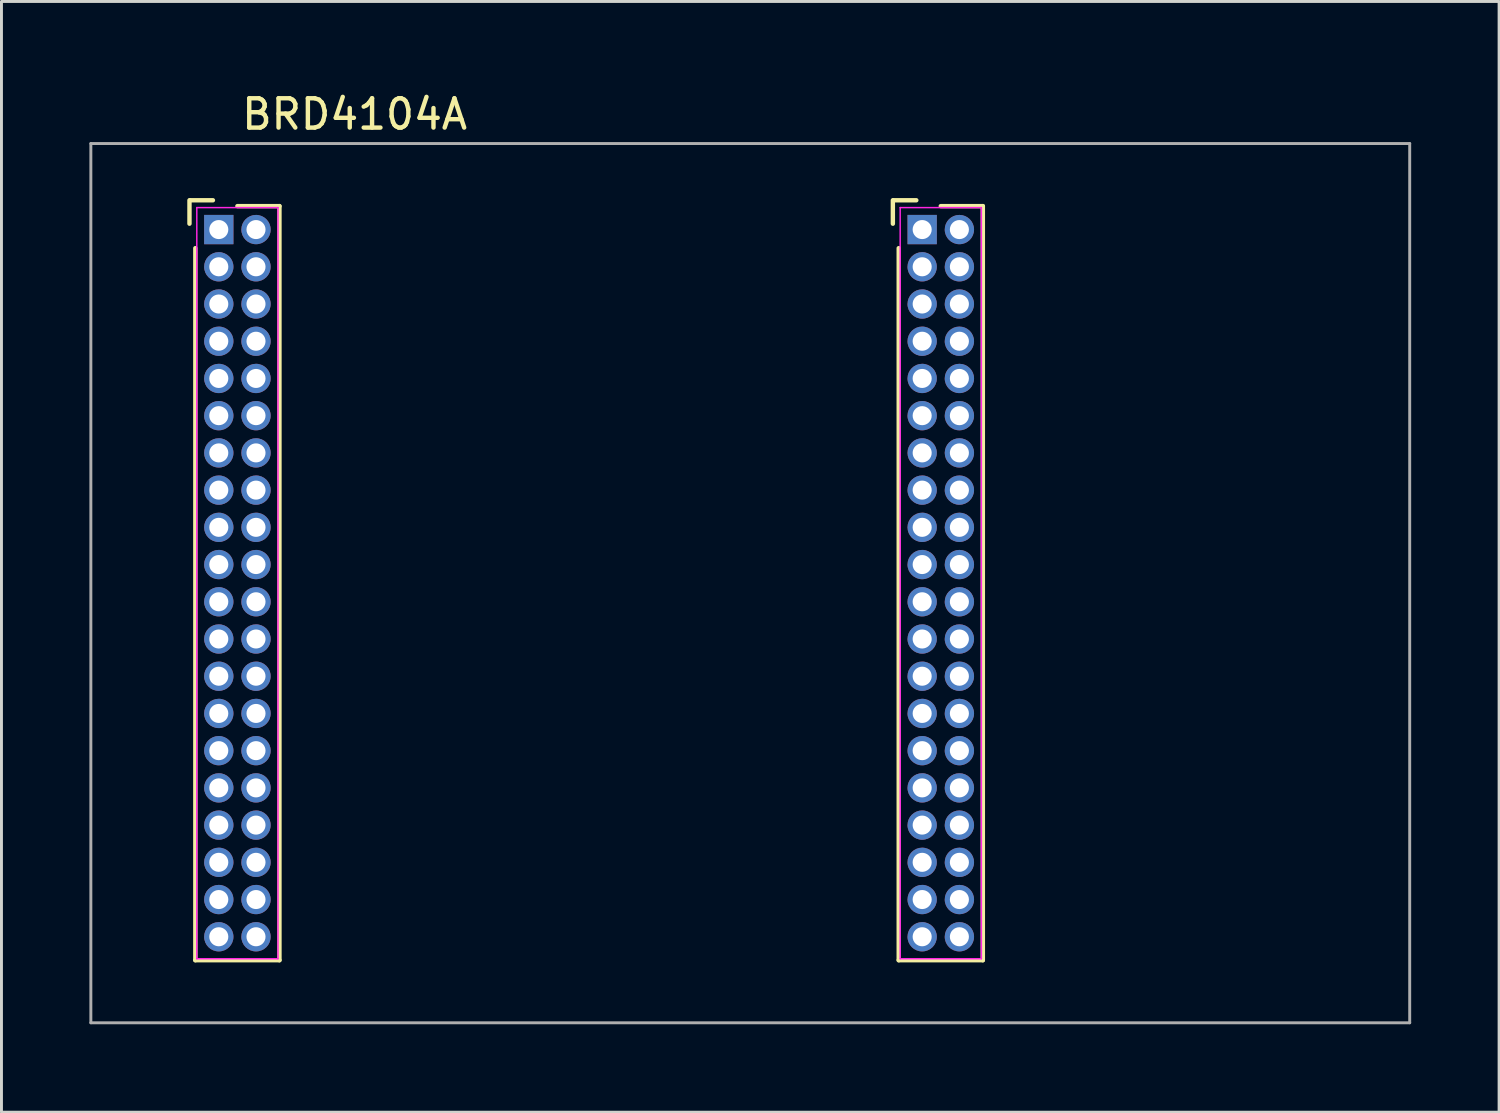
<source format=kicad_pcb>
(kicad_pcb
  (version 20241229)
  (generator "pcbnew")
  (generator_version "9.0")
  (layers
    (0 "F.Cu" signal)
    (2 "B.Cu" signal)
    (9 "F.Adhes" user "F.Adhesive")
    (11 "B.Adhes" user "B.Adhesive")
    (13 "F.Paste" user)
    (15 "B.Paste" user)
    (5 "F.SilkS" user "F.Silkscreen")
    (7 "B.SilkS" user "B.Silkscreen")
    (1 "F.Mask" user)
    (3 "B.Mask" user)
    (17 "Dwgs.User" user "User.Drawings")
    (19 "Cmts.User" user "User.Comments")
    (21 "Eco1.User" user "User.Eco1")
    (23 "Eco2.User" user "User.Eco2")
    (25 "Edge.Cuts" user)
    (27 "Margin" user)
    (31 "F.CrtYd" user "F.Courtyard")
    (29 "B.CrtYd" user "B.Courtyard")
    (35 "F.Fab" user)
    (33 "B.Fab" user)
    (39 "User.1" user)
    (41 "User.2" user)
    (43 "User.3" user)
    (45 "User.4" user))
  (footprint "BRD4104A"
    (layer "F.Cu")
    (at 17.05 16.848)
    (property "Reference" "BRD4104A" (at -8 -16 0) (layer "F.SilkS") (effects (font (size 1 1) (thickness 0.15))))
    (attr through_hole)
    (fp_line (start -13.635 -13.065) (end -13.635 -12.265) (stroke (width 0.15) (type solid)) (layer "F.SilkS"))
    (fp_line (start -13.435 -11.43) (end -13.435 12.865) (stroke (width 0.15) (type solid)) (layer "F.SilkS"))
    (fp_line (start -12.835 -13.065) (end -13.61 -13.065) (stroke (width 0.15) (type solid)) (layer "F.SilkS"))
    (fp_line (start -10.565 -12.865) (end -12 -12.865) (stroke (width 0.15) (type solid)) (layer "F.SilkS"))
    (fp_line (start -10.565 12.865) (end -13.435 12.865) (stroke (width 0.15) (type solid)) (layer "F.SilkS"))
    (fp_line (start -10.565 12.865) (end -10.565 -12.865) (stroke (width 0.15) (type solid)) (layer "F.SilkS"))
    (fp_line (start 10.365 -13.065) (end 10.365 -12.265) (stroke (width 0.15) (type solid)) (layer "F.SilkS"))
    (fp_line (start 10.565 -11.43) (end 10.565 12.865) (stroke (width 0.15) (type solid)) (layer "F.SilkS"))
    (fp_line (start 11.165 -13.065) (end 10.39 -13.065) (stroke (width 0.15) (type solid)) (layer "F.SilkS"))
    (fp_line (start 13.435 -12.865) (end 12 -12.865) (stroke (width 0.15) (type solid)) (layer "F.SilkS"))
    (fp_line (start 13.435 12.865) (end 10.565 12.865) (stroke (width 0.15) (type solid)) (layer "F.SilkS"))
    (fp_line (start 13.435 12.865) (end 13.435 -12.865) (stroke (width 0.15) (type solid)) (layer "F.SilkS"))
    (fp_line (start -13.385 12.815) (end -10.615 12.815) (stroke (width 0.05) (type solid)) (layer "F.CrtYd"))
    (fp_line (start -13.385 -12.815) (end -13.385 12.815) (stroke (width 0.05) (type solid)) (layer "F.CrtYd"))
    (fp_line (start -13.385 -12.815) (end -10.615 -12.815) (stroke (width 0.05) (type solid)) (layer "F.CrtYd"))
    (fp_line (start -10.615 -12.815) (end -10.615 12.815) (stroke (width 0.05) (type solid)) (layer "F.CrtYd"))
    (fp_line (start 10.615 12.815) (end 13.385 12.815) (stroke (width 0.05) (type solid)) (layer "F.CrtYd"))
    (fp_line (start 10.615 -12.815) (end 10.615 12.815) (stroke (width 0.05) (type solid)) (layer "F.CrtYd"))
    (fp_line (start 10.615 -12.815) (end 13.385 -12.815) (stroke (width 0.05) (type solid)) (layer "F.CrtYd"))
    (fp_line (start 13.385 -12.815) (end 13.385 12.815) (stroke (width 0.05) (type solid)) (layer "F.CrtYd"))
    (fp_line (start -17 -15) (end 28 -15) (stroke (width 0.1) (type solid)) (layer "F.Fab"))
    (fp_line (start -17 15) (end -17 -15) (stroke (width 0.1) (type solid)) (layer "F.Fab"))
    (fp_line (start 28 -15) (end 28 15) (stroke (width 0.1) (type solid)) (layer "F.Fab"))
    (fp_line (start 28 15) (end -17 15) (stroke (width 0.1) (type solid)) (layer "F.Fab"))
    (pad "P200-1" thru_hole rect (at 11.365 -12.065) (size 1 1) (drill 0.65) (layers "*.Cu" "*.Mask"))
    (pad "P200-2" thru_hole circle (at 12.635 -12.065) (size 1 1) (drill 0.65) (layers "*.Cu" "*.Mask"))
    (pad "P200-3" thru_hole circle (at 11.365 -10.795) (size 1 1) (drill 0.65) (layers "*.Cu" "*.Mask"))
    (pad "P200-4" thru_hole circle (at 12.635 -10.795) (size 1 1) (drill 0.65) (layers "*.Cu" "*.Mask"))
    (pad "P200-5" thru_hole circle (at 11.365 -9.525) (size 1 1) (drill 0.65) (layers "*.Cu" "*.Mask"))
    (pad "P200-6" thru_hole circle (at 12.635 -9.525) (size 1 1) (drill 0.65) (layers "*.Cu" "*.Mask"))
    (pad "P200-7" thru_hole circle (at 11.365 -8.255) (size 1 1) (drill 0.65) (layers "*.Cu" "*.Mask"))
    (pad "P200-8" thru_hole circle (at 12.635 -8.255) (size 1 1) (drill 0.65) (layers "*.Cu" "*.Mask"))
    (pad "P200-9" thru_hole circle (at 11.365 -6.985) (size 1 1) (drill 0.65) (layers "*.Cu" "*.Mask"))
    (pad "P200-10" thru_hole circle (at 12.635 -6.985) (size 1 1) (drill 0.65) (layers "*.Cu" "*.Mask"))
    (pad "P200-11" thru_hole circle (at 11.365 -5.715) (size 1 1) (drill 0.65) (layers "*.Cu" "*.Mask"))
    (pad "P200-12" thru_hole circle (at 12.635 -5.715) (size 1 1) (drill 0.65) (layers "*.Cu" "*.Mask"))
    (pad "P200-13" thru_hole circle (at 11.365 -4.445) (size 1 1) (drill 0.65) (layers "*.Cu" "*.Mask"))
    (pad "P200-14" thru_hole circle (at 12.635 -4.445) (size 1 1) (drill 0.65) (layers "*.Cu" "*.Mask"))
    (pad "P200-15" thru_hole circle (at 11.365 -3.175) (size 1 1) (drill 0.65) (layers "*.Cu" "*.Mask"))
    (pad "P200-16" thru_hole circle (at 12.635 -3.175) (size 1 1) (drill 0.65) (layers "*.Cu" "*.Mask"))
    (pad "P200-17" thru_hole circle (at 11.365 -1.905) (size 1 1) (drill 0.65) (layers "*.Cu" "*.Mask"))
    (pad "P200-18" thru_hole circle (at 12.635 -1.905) (size 1 1) (drill 0.65) (layers "*.Cu" "*.Mask"))
    (pad "P200-19" thru_hole circle (at 11.365 -0.635) (size 1 1) (drill 0.65) (layers "*.Cu" "*.Mask"))
    (pad "P200-20" thru_hole circle (at 12.635 -0.635) (size 1 1) (drill 0.65) (layers "*.Cu" "*.Mask"))
    (pad "P200-21" thru_hole circle (at 11.365 0.635) (size 1 1) (drill 0.65) (layers "*.Cu" "*.Mask"))
    (pad "P200-22" thru_hole circle (at 12.635 0.635) (size 1 1) (drill 0.65) (layers "*.Cu" "*.Mask"))
    (pad "P200-23" thru_hole circle (at 11.365 1.905) (size 1 1) (drill 0.65) (layers "*.Cu" "*.Mask"))
    (pad "P200-24" thru_hole circle (at 12.635 1.905) (size 1 1) (drill 0.65) (layers "*.Cu" "*.Mask"))
    (pad "P200-25" thru_hole circle (at 11.365 3.175) (size 1 1) (drill 0.65) (layers "*.Cu" "*.Mask"))
    (pad "P200-26" thru_hole circle (at 12.635 3.175) (size 1 1) (drill 0.65) (layers "*.Cu" "*.Mask"))
    (pad "P200-27" thru_hole circle (at 11.365 4.445) (size 1 1) (drill 0.65) (layers "*.Cu" "*.Mask"))
    (pad "P200-28" thru_hole circle (at 12.635 4.445) (size 1 1) (drill 0.65) (layers "*.Cu" "*.Mask"))
    (pad "P200-29" thru_hole circle (at 11.365 5.715) (size 1 1) (drill 0.65) (layers "*.Cu" "*.Mask"))
    (pad "P200-30" thru_hole circle (at 12.635 5.715) (size 1 1) (drill 0.65) (layers "*.Cu" "*.Mask"))
    (pad "P200-31" thru_hole circle (at 11.365 6.985) (size 1 1) (drill 0.65) (layers "*.Cu" "*.Mask"))
    (pad "P200-32" thru_hole circle (at 12.635 6.985) (size 1 1) (drill 0.65) (layers "*.Cu" "*.Mask"))
    (pad "P200-33" thru_hole circle (at 11.365 8.255) (size 1 1) (drill 0.65) (layers "*.Cu" "*.Mask"))
    (pad "P200-34" thru_hole circle (at 12.635 8.255) (size 1 1) (drill 0.65) (layers "*.Cu" "*.Mask"))
    (pad "P200-35" thru_hole circle (at 11.365 9.525) (size 1 1) (drill 0.65) (layers "*.Cu" "*.Mask"))
    (pad "P200-36" thru_hole circle (at 12.635 9.525) (size 1 1) (drill 0.65) (layers "*.Cu" "*.Mask"))
    (pad "P200-37" thru_hole circle (at 11.365 10.795) (size 1 1) (drill 0.65) (layers "*.Cu" "*.Mask"))
    (pad "P200-38" thru_hole circle (at 12.635 10.795) (size 1 1) (drill 0.65) (layers "*.Cu" "*.Mask"))
    (pad "P200-39" thru_hole circle (at 11.365 12.065) (size 1 1) (drill 0.65) (layers "*.Cu" "*.Mask"))
    (pad "P200-40" thru_hole circle (at 12.635 12.065) (size 1 1) (drill 0.65) (layers "*.Cu" "*.Mask"))
    (pad "P201-1" thru_hole rect (at -12.635 -12.065) (size 1 1) (drill 0.65) (layers "*.Cu" "*.Mask"))
    (pad "P201-2" thru_hole circle (at -11.365 -12.065) (size 1 1) (drill 0.65) (layers "*.Cu" "*.Mask"))
    (pad "P201-3" thru_hole circle (at -12.635 -10.795) (size 1 1) (drill 0.65) (layers "*.Cu" "*.Mask"))
    (pad "P201-4" thru_hole circle (at -11.365 -10.795) (size 1 1) (drill 0.65) (layers "*.Cu" "*.Mask"))
    (pad "P201-5" thru_hole circle (at -12.635 -9.525) (size 1 1) (drill 0.65) (layers "*.Cu" "*.Mask"))
    (pad "P201-6" thru_hole circle (at -11.365 -9.525) (size 1 1) (drill 0.65) (layers "*.Cu" "*.Mask"))
    (pad "P201-7" thru_hole circle (at -12.635 -8.255) (size 1 1) (drill 0.65) (layers "*.Cu" "*.Mask"))
    (pad "P201-8" thru_hole circle (at -11.365 -8.255) (size 1 1) (drill 0.65) (layers "*.Cu" "*.Mask"))
    (pad "P201-9" thru_hole circle (at -12.635 -6.985) (size 1 1) (drill 0.65) (layers "*.Cu" "*.Mask"))
    (pad "P201-10" thru_hole circle (at -11.365 -6.985) (size 1 1) (drill 0.65) (layers "*.Cu" "*.Mask"))
    (pad "P201-11" thru_hole circle (at -12.635 -5.715) (size 1 1) (drill 0.65) (layers "*.Cu" "*.Mask"))
    (pad "P201-12" thru_hole circle (at -11.365 -5.715) (size 1 1) (drill 0.65) (layers "*.Cu" "*.Mask"))
    (pad "P201-13" thru_hole circle (at -12.635 -4.445) (size 1 1) (drill 0.65) (layers "*.Cu" "*.Mask"))
    (pad "P201-14" thru_hole circle (at -11.365 -4.445) (size 1 1) (drill 0.65) (layers "*.Cu" "*.Mask"))
    (pad "P201-15" thru_hole circle (at -12.635 -3.175) (size 1 1) (drill 0.65) (layers "*.Cu" "*.Mask"))
    (pad "P201-16" thru_hole circle (at -11.365 -3.175) (size 1 1) (drill 0.65) (layers "*.Cu" "*.Mask"))
    (pad "P201-17" thru_hole circle (at -12.635 -1.905) (size 1 1) (drill 0.65) (layers "*.Cu" "*.Mask"))
    (pad "P201-18" thru_hole circle (at -11.365 -1.905) (size 1 1) (drill 0.65) (layers "*.Cu" "*.Mask"))
    (pad "P201-19" thru_hole circle (at -12.635 -0.635) (size 1 1) (drill 0.65) (layers "*.Cu" "*.Mask"))
    (pad "P201-20" thru_hole circle (at -11.365 -0.635) (size 1 1) (drill 0.65) (layers "*.Cu" "*.Mask"))
    (pad "P201-21" thru_hole circle (at -12.635 0.635) (size 1 1) (drill 0.65) (layers "*.Cu" "*.Mask"))
    (pad "P201-22" thru_hole circle (at -11.365 0.635) (size 1 1) (drill 0.65) (layers "*.Cu" "*.Mask"))
    (pad "P201-23" thru_hole circle (at -12.635 1.905) (size 1 1) (drill 0.65) (layers "*.Cu" "*.Mask"))
    (pad "P201-24" thru_hole circle (at -11.365 1.905) (size 1 1) (drill 0.65) (layers "*.Cu" "*.Mask"))
    (pad "P201-25" thru_hole circle (at -12.635 3.175) (size 1 1) (drill 0.65) (layers "*.Cu" "*.Mask"))
    (pad "P201-26" thru_hole circle (at -11.365 3.175) (size 1 1) (drill 0.65) (layers "*.Cu" "*.Mask"))
    (pad "P201-27" thru_hole circle (at -12.635 4.445) (size 1 1) (drill 0.65) (layers "*.Cu" "*.Mask"))
    (pad "P201-28" thru_hole circle (at -11.365 4.445) (size 1 1) (drill 0.65) (layers "*.Cu" "*.Mask"))
    (pad "P201-29" thru_hole circle (at -12.635 5.715) (size 1 1) (drill 0.65) (layers "*.Cu" "*.Mask"))
    (pad "P201-30" thru_hole circle (at -11.365 5.715) (size 1 1) (drill 0.65) (layers "*.Cu" "*.Mask"))
    (pad "P201-31" thru_hole circle (at -12.635 6.985) (size 1 1) (drill 0.65) (layers "*.Cu" "*.Mask"))
    (pad "P201-32" thru_hole circle (at -11.365 6.985) (size 1 1) (drill 0.65) (layers "*.Cu" "*.Mask"))
    (pad "P201-33" thru_hole circle (at -12.635 8.255) (size 1 1) (drill 0.65) (layers "*.Cu" "*.Mask"))
    (pad "P201-34" thru_hole circle (at -11.365 8.255) (size 1 1) (drill 0.65) (layers "*.Cu" "*.Mask"))
    (pad "P201-35" thru_hole circle (at -12.635 9.525) (size 1 1) (drill 0.65) (layers "*.Cu" "*.Mask"))
    (pad "P201-36" thru_hole circle (at -11.365 9.525) (size 1 1) (drill 0.65) (layers "*.Cu" "*.Mask"))
    (pad "P201-37" thru_hole circle (at -12.635 10.795) (size 1 1) (drill 0.65) (layers "*.Cu" "*.Mask"))
    (pad "P201-38" thru_hole circle (at -11.365 10.795) (size 1 1) (drill 0.65) (layers "*.Cu" "*.Mask"))
    (pad "P201-39" thru_hole circle (at -12.635 12.065) (size 1 1) (drill 0.65) (layers "*.Cu" "*.Mask"))
    (pad "P201-40" thru_hole circle (at -11.365 12.065) (size 1 1) (drill 0.65) (layers "*.Cu" "*.Mask")))
  (gr_rect
    (start -3 -3)
    (end 48.1 34.898)
    (stroke (width 0.1) (type default))
    (fill no)
    (layer "Edge.Cuts")))
</source>
